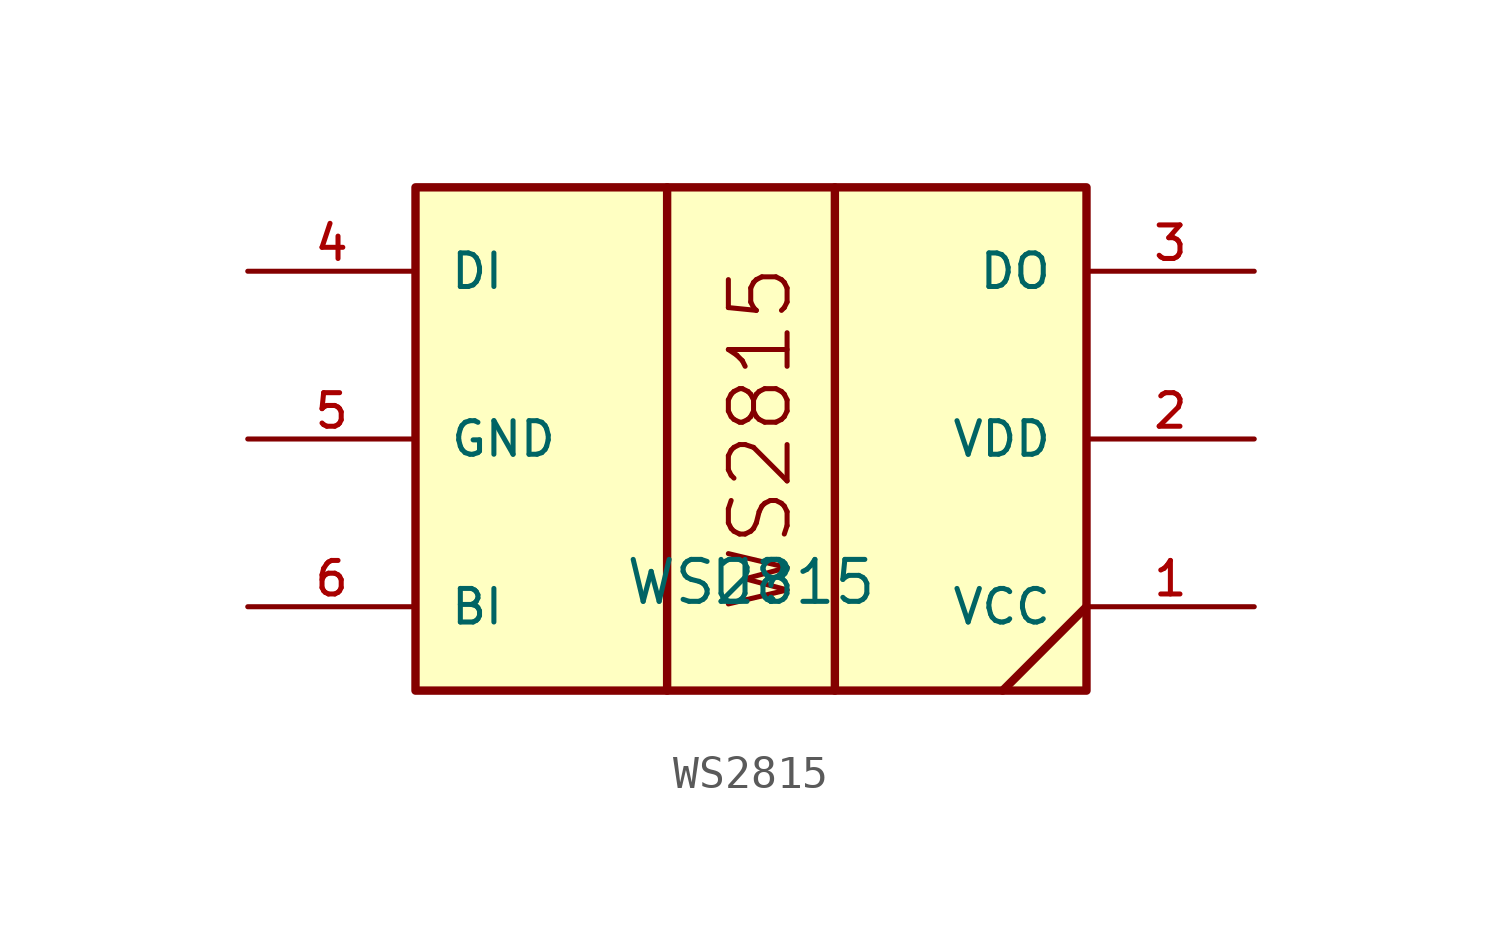
<source format=kicad_sym>
(kicad_symbol_lib
  (version 20211014)
  (generator kicad_symbol_editor)
  (symbol "WS2815"
    (pin_names
      (offset 1.016))
    (property "Reference" "U"
      (at 0 0 0)
      (effects (font (size 1.27 1.27)) (justify bottom)))
    (property "Value" "WS2815"
      (at 0 0.0 0)
      (effects (font (size 1.27 1.27)) (justify bottom)))
    (symbol "WS2815_0_0"
      (polyline (pts (xy -2.54 -2.54) (xy -2.54 12.7)) (stroke (width 0.254)))
      (polyline (pts (xy 2.54 -2.54) (xy 2.54 12.7)) (stroke (width 0.254)))
      (polyline (pts (xy 7.62 -2.54) (xy 10.16 0.0)) (stroke (width 0.254)))
      (text "WS2815" (at -0.762 5.08 900) (effects (font (size 1.778 1.778)) (justify top)))
      (rectangle (start -10.16 -2.54) (end 10.16 12.7) (stroke (width 0.254)) (fill (type background)))
      (pin bidirectional line (at 15.24 0.0 180.0) (length 5.08) (name "VCC" (effects (font (size 1.016 1.016)))) (number "1" (effects (font (size 1.016 1.016)))))
      (pin bidirectional line (at 15.24 5.08 180.0) (length 5.08) (name "VDD" (effects (font (size 1.016 1.016)))) (number "2" (effects (font (size 1.016 1.016)))))
      (pin bidirectional line (at 15.24 10.16 180.0) (length 5.08) (name "DO" (effects (font (size 1.016 1.016)))) (number "3" (effects (font (size 1.016 1.016)))))
      (pin bidirectional line (at -15.24 10.16 0) (length 5.08) (name "DI" (effects (font (size 1.016 1.016)))) (number "4" (effects (font (size 1.016 1.016)))))
      (pin bidirectional line (at -15.24 5.08 0) (length 5.08) (name "GND" (effects (font (size 1.016 1.016)))) (number "5" (effects (font (size 1.016 1.016)))))
      (pin bidirectional line (at -15.24 0.0 0) (length 5.08) (name "BI" (effects (font (size 1.016 1.016)))) (number "6" (effects (font (size 1.016 1.016))))))))
</source>
